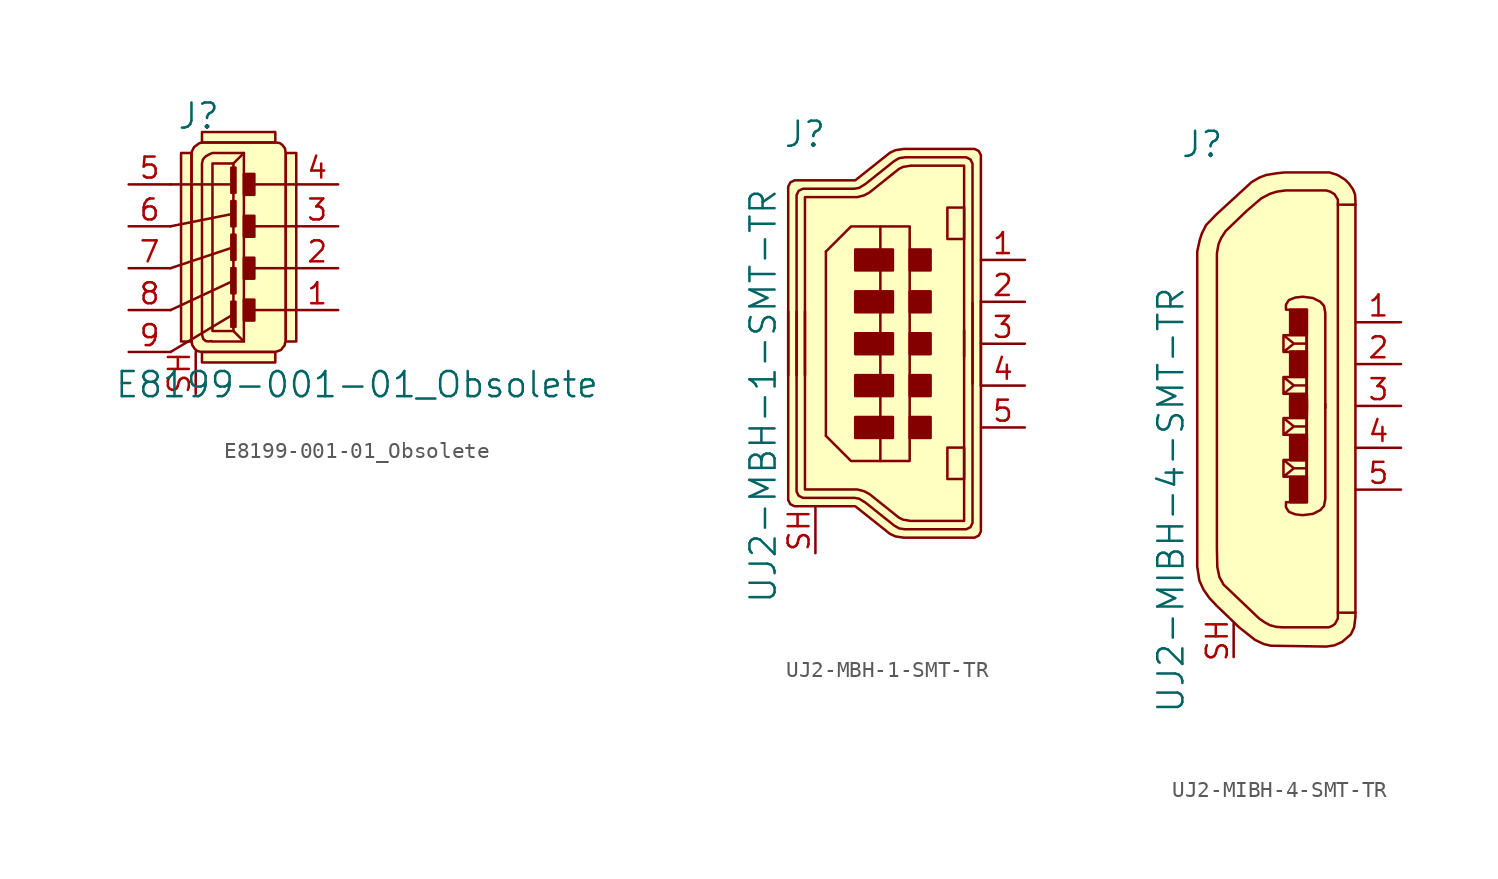
<source format=kicad_sym>
(kicad_symbol_lib
  (version 20220914)
  (generator kicad_symbol_editor)
  (symbol "E8199-001-01_Obsolete"
    (pin_names
      (offset 1.016))
    (property "Reference" "J"
      (at -0.838 9.22 0)
      (effects (font (size 1.524 1.524))))
    (property "Value" "E8199-001-01_Obsolete"
      (at 8.763 -7.061 0)
      (effects (font (size 1.524 1.524))))
    (symbol "E8199-001-01_Obsolete_0_1"
      (rectangle (start -1.27 -4.445) (end -1.905 6.985) (stroke (width 0) (type solid)) (fill (type background)))
      (polyline (pts (xy -2.54 -5.08) (xy 1.27 -2.794)) (stroke (width 0) (type solid)) (fill (type none)))
      (polyline (pts (xy -2.54 -2.54) (xy 1.27 -0.762)) (stroke (width 0) (type solid)) (fill (type none)))
      (polyline (pts (xy -2.54 0) (xy 1.27 1.27)) (stroke (width 0) (type solid)) (fill (type none)))
      (polyline (pts (xy -2.54 2.54) (xy 1.27 3.302)) (stroke (width 0) (type solid)) (fill (type none)))
      (polyline (pts (xy -2.54 5.08) (xy 1.27 5.08)) (stroke (width 0) (type solid)) (fill (type none)))
      (polyline (pts (xy 1.27 -3.81) (xy 1.905 -4.445)) (stroke (width 0) (type solid)) (fill (type none)))
      (polyline (pts (xy 1.27 6.35) (xy 1.905 6.985)) (stroke (width 0) (type solid)) (fill (type none)))
      (polyline (pts (xy 5.08 -2.54) (xy 2.54 -2.54)) (stroke (width 0) (type solid)) (fill (type none)))
      (polyline (pts (xy 5.08 0) (xy 2.54 0)) (stroke (width 0) (type solid)) (fill (type none)))
      (polyline (pts (xy 5.08 2.54) (xy 2.54 2.54)) (stroke (width 0) (type solid)) (fill (type none)))
      (polyline (pts (xy 5.08 5.08) (xy 2.54 5.08)) (stroke (width 0) (type solid)) (fill (type none)))
      (polyline (pts (xy -0.635 6.35) (xy -0.635 -3.81) (xy -0.635 -3.988) (xy -0.61 -4.115) (xy -0.559 -4.293) (xy -0.406 -4.42) (xy -0.229 -4.445) (xy -0.127 -4.42) (xy -0.076 -4.445) (xy -0.051 -4.42) (xy 0 -4.445) (xy 1.905 -4.445) (xy 1.905 6.985) (xy 0 6.985) (xy -0.178 6.909) (xy -0.406 6.782) (xy -0.508 6.68) (xy -0.584 6.579) (xy -0.635 6.35)) (stroke (width 0) (type solid)) (fill (type none)))
      (polyline (pts (xy -0.635 -5.08) (xy 3.81 -5.08) (xy 3.962 -5.029) (xy 4.166 -4.953) (xy 4.267 -4.801) (xy 4.369 -4.699) (xy 4.394 -4.547) (xy 4.445 -4.445) (xy 4.445 6.985) (xy 4.42 7.087) (xy 4.42 7.112) (xy 4.394 7.264) (xy 4.242 7.468) (xy 4.064 7.595) (xy 3.81 7.62) (xy -0.635 7.62) (xy -0.813 7.569) (xy -1.118 7.341) (xy -1.219 7.137) (xy -1.27 6.985) (xy -1.27 -4.445) (xy -1.219 -4.674) (xy -1.067 -4.902) (xy -0.914 -5.029) (xy -0.635 -5.08)) (stroke (width 0) (type solid)) (fill (type background)))
      (rectangle (start 1.27 6.35) (end 0 -3.81) (stroke (width 0) (type solid)) (fill (type none)))
      (rectangle (start 1.397 -3.556) (end 1.143 -2.032) (stroke (width 0) (type solid)) (fill (type outline)))
      (rectangle (start 1.397 -1.524) (end 1.143 0) (stroke (width 0) (type solid)) (fill (type outline)))
      (rectangle (start 1.397 0.508) (end 1.143 2.032) (stroke (width 0) (type solid)) (fill (type outline)))
      (rectangle (start 1.397 2.54) (end 1.143 4.064) (stroke (width 0) (type solid)) (fill (type outline)))
      (rectangle (start 1.397 4.572) (end 1.143 6.096) (stroke (width 0) (type solid)) (fill (type outline)))
      (rectangle (start 2.54 -1.905) (end 1.905 -3.175) (stroke (width 0) (type solid)) (fill (type outline)))
      (rectangle (start 2.54 0.635) (end 1.905 -0.635) (stroke (width 0) (type solid)) (fill (type outline)))
      (rectangle (start 2.54 3.175) (end 1.905 1.905) (stroke (width 0) (type solid)) (fill (type outline)))
      (rectangle (start 2.54 4.445) (end 1.905 5.715) (stroke (width 0) (type solid)) (fill (type outline)))
      (rectangle (start 3.81 -5.08) (end -0.635 -5.715) (stroke (width 0) (type solid)) (fill (type background)))
      (rectangle (start 3.81 7.62) (end -0.635 8.255) (stroke (width 0) (type solid)) (fill (type background)))
      (rectangle (start 4.445 6.985) (end 5.08 -4.445) (stroke (width 0) (type solid)) (fill (type background))))
    (symbol "E8199-001-01_Obsolete_1_1"
      (pin passive line (at 7.62 -2.54 180) (length 2.54) (name "~" (effects (font (size 1.27 1.27)))) (number "1" (effects (font (size 1.27 1.27)))))
      (pin passive line (at 7.62 0 180) (length 2.54) (name "~" (effects (font (size 1.27 1.27)))) (number "2" (effects (font (size 1.27 1.27)))))
      (pin passive line (at 7.62 2.54 180) (length 2.54) (name "~" (effects (font (size 1.27 1.27)))) (number "3" (effects (font (size 1.27 1.27)))))
      (pin passive line (at 7.62 5.08 180) (length 2.54) (name "~" (effects (font (size 1.27 1.27)))) (number "4" (effects (font (size 1.27 1.27)))))
      (pin passive line (at -5.08 5.08 0) (length 2.54) (name "~" (effects (font (size 1.27 1.27)))) (number "5" (effects (font (size 1.27 1.27)))))
      (pin passive line (at -5.08 2.54 0) (length 2.54) (name "~" (effects (font (size 1.27 1.27)))) (number "6" (effects (font (size 1.27 1.27)))))
      (pin passive line (at -5.08 0 0) (length 2.54) (name "~" (effects (font (size 1.27 1.27)))) (number "7" (effects (font (size 1.27 1.27)))))
      (pin passive line (at -5.08 -2.54 0) (length 2.54) (name "~" (effects (font (size 1.27 1.27)))) (number "8" (effects (font (size 1.27 1.27)))))
      (pin passive line (at -5.08 -5.08 0) (length 2.54) (name "~" (effects (font (size 1.27 1.27)))) (number "9" (effects (font (size 1.27 1.27)))))
      (pin passive line (at -1.016 -7.62 90) (length 2.54) (name "~" (effects (font (size 1.27 1.27)))) (number "SH" (effects (font (size 1.27 1.27)))))))
  (symbol "UJ2-MBH-1-SMT-TR"
    (pin_names
      (offset 1.016))
    (property "Reference" "J"
      (at -5.715 12.7 0)
      (effects (font (size 1.524 1.524))))
    (property "Value" "UJ2-MBH-1-SMT-TR"
      (at -8.255 -3.175 90)
      (effects (font (size 1.524 1.524))))
    (symbol "UJ2-MBH-1-SMT-TR_0_1"
      (rectangle (start -0.381 -5.715) (end -2.667 -4.445) (stroke (width 0) (type solid)) (fill (type outline)))
      (rectangle (start -0.381 -3.175) (end -2.667 -1.905) (stroke (width 0) (type solid)) (fill (type outline)))
      (rectangle (start -0.381 -0.635) (end -2.667 0.635) (stroke (width 0) (type solid)) (fill (type outline)))
      (rectangle (start -0.381 1.905) (end -2.667 3.175) (stroke (width 0) (type solid)) (fill (type outline)))
      (rectangle (start -0.381 4.445) (end -2.667 5.715) (stroke (width 0) (type solid)) (fill (type outline)))
      (polyline (pts (xy -4.445 5.588) (xy -4.445 -5.588)) (stroke (width 0) (type solid)) (fill (type none)))
      (polyline (pts (xy -4.445 -5.588) (xy -2.921 -7.112) (xy -1.143 -7.112)) (stroke (width 0) (type solid)) (fill (type none)))
      (polyline (pts (xy -4.445 5.588) (xy -2.921 7.112) (xy -1.143 7.112)) (stroke (width 0) (type solid)) (fill (type none)))
      (polyline (pts (xy 3.937 -0.762) (xy 3.937 10.795) (xy 0.686 10.795) (xy 0.229 10.719) (xy -0.025 10.592) (xy -1.803 9.169) (xy -2.134 8.992) (xy -2.54 8.89) (xy -5.715 8.89) (xy -5.715 -1.905)) (stroke (width 0) (type solid)) (fill (type none)))
      (polyline (pts (xy 3.937 0.813) (xy 3.937 -10.744) (xy 0.686 -10.744) (xy 0.229 -10.668) (xy -0.025 -10.541) (xy -1.803 -9.119) (xy -2.134 -8.941) (xy -2.54 -8.839) (xy -5.715 -8.839) (xy -5.715 1.956)) (stroke (width 0) (type solid)) (fill (type none)))
      (polyline (pts (xy 4.953 -2.54) (xy 4.953 11.176) (xy 4.953 11.43) (xy 4.826 11.684) (xy 4.572 11.811) (xy 4.318 11.811) (xy 0.279 11.811) (xy -0.229 11.735) (xy -0.559 11.582) (xy -2.667 9.906) (xy -6.096 9.906) (xy -6.35 9.906) (xy -6.604 9.779) (xy -6.731 9.525) (xy -6.731 9.271) (xy -6.731 -1.905)) (stroke (width 0) (type solid)) (fill (type background)))
      (polyline (pts (xy 4.953 2.591) (xy 4.953 -11.125) (xy 4.953 -11.379) (xy 4.826 -11.633) (xy 4.572 -11.76) (xy 4.318 -11.76) (xy 0.279 -11.76) (xy -0.229 -11.684) (xy -0.559 -11.532) (xy -2.667 -9.855) (xy -6.096 -9.855) (xy -6.35 -9.855) (xy -6.604 -9.728) (xy -6.731 -9.474) (xy -6.731 -9.22) (xy -6.731 1.956)) (stroke (width 0) (type solid)) (fill (type background)))
      (polyline (pts (xy 4.445 -2.413) (xy 4.445 10.668) (xy 4.445 10.922) (xy 4.318 11.176) (xy 4.064 11.303) (xy 3.81 11.303) (xy 0.356 11.303) (xy 0 11.252) (xy -0.305 11.074) (xy -2.057 9.677) (xy -2.438 9.449) (xy -2.718 9.398) (xy -5.588 9.398) (xy -5.842 9.398) (xy -6.096 9.271) (xy -6.223 9.017) (xy -6.223 8.763) (xy -6.223 -1.905)) (stroke (width 0) (type solid)) (fill (type none)))
      (polyline (pts (xy 4.445 2.464) (xy 4.445 -10.617) (xy 4.445 -10.871) (xy 4.318 -11.125) (xy 4.064 -11.252) (xy 3.81 -11.252) (xy 0.356 -11.252) (xy 0 -11.201) (xy -0.305 -11.024) (xy -2.057 -9.627) (xy -2.438 -9.398) (xy -2.718 -9.347) (xy -5.588 -9.347) (xy -5.842 -9.347) (xy -6.096 -9.22) (xy -6.223 -8.966) (xy -6.223 -8.712) (xy -6.223 1.956)) (stroke (width 0) (type solid)) (fill (type none)))
      (rectangle (start 0.635 -7.112) (end -1.143 7.112) (stroke (width 0) (type solid)) (fill (type none)))
      (rectangle (start 1.905 -4.445) (end 0.635 -5.715) (stroke (width 0) (type solid)) (fill (type outline)))
      (rectangle (start 1.905 -1.905) (end 0.635 -3.175) (stroke (width 0) (type solid)) (fill (type outline)))
      (rectangle (start 1.905 0.635) (end 0.635 -0.635) (stroke (width 0) (type solid)) (fill (type outline)))
      (rectangle (start 1.905 3.175) (end 0.635 1.905) (stroke (width 0) (type solid)) (fill (type outline)))
      (rectangle (start 1.905 5.715) (end 0.635 4.445) (stroke (width 0) (type solid)) (fill (type outline)))
      (rectangle (start 2.921 -8.204) (end 3.937 -6.299) (stroke (width 0) (type solid)) (fill (type none)))
      (rectangle (start 2.921 8.255) (end 3.937 6.35) (stroke (width 0) (type solid)) (fill (type none))))
    (symbol "UJ2-MBH-1-SMT-TR_1_1"
      (pin passive line (at 7.62 5.08 180) (length 2.667) (name "~" (effects (font (size 1.27 1.27)))) (number "1" (effects (font (size 1.27 1.27)))))
      (pin passive line (at 7.62 2.54 180) (length 2.667) (name "~" (effects (font (size 1.27 1.27)))) (number "2" (effects (font (size 1.27 1.27)))))
      (pin passive line (at 7.62 0 180) (length 2.667) (name "~" (effects (font (size 1.27 1.27)))) (number "3" (effects (font (size 1.27 1.27)))))
      (pin passive line (at 7.62 -2.54 180) (length 2.667) (name "~" (effects (font (size 1.27 1.27)))) (number "4" (effects (font (size 1.27 1.27)))))
      (pin passive line (at 7.62 -5.08 180) (length 2.667) (name "~" (effects (font (size 1.27 1.27)))) (number "5" (effects (font (size 1.27 1.27)))))
      (pin passive line (at -5.08 -12.7 90) (length 2.794) (name "~" (effects (font (size 1.27 1.27)))) (number "SH" (effects (font (size 1.27 1.27)))))))
  (symbol "UJ2-MIBH-4-SMT-TR"
    (pin_names
      (offset 1.016))
    (property "Reference" "J"
      (at -4.445 15.875 0)
      (effects (font (size 1.524 1.524))))
    (property "Value" "UJ2-MIBH-4-SMT-TR"
      (at -6.35 -5.715 90)
      (effects (font (size 1.524 1.524))))
    (symbol "UJ2-MIBH-4-SMT-TR_0_1"
      (polyline (pts (xy 3.785 12.243) (xy 3.785 -12.548)) (stroke (width 0) (type solid)) (fill (type none)))
      (polyline (pts (xy 0.483 -4.293) (xy 0.483 -3.277) (xy 1.88 -3.277) (xy 1.88 -4.293) (xy 0.483 -4.293) (xy 1.118 -3.785) (xy 0.483 -3.277) (xy 1.88 -3.277) (xy 1.88 -3.785) (xy 1.118 -3.785)) (stroke (width 0) (type solid)) (fill (type none)))
      (polyline (pts (xy 0.483 -1.753) (xy 0.483 -0.737) (xy 1.88 -0.737) (xy 1.88 -1.753) (xy 0.483 -1.753) (xy 1.118 -1.245) (xy 0.483 -0.737) (xy 1.88 -0.737) (xy 1.88 -1.245) (xy 1.118 -1.245)) (stroke (width 0) (type solid)) (fill (type none)))
      (polyline (pts (xy 0.483 1.753) (xy 0.483 0.737) (xy 1.88 0.737) (xy 1.88 1.753) (xy 0.483 1.753) (xy 1.118 1.245) (xy 0.483 0.737) (xy 1.88 0.737) (xy 1.88 1.245) (xy 1.118 1.245)) (stroke (width 0) (type solid)) (fill (type none)))
      (polyline (pts (xy 0.483 4.293) (xy 0.483 3.277) (xy 1.88 3.277) (xy 1.88 4.293) (xy 0.483 4.293) (xy 1.118 3.785) (xy 0.483 3.277) (xy 1.88 3.277) (xy 1.88 3.785) (xy 1.118 3.785)) (stroke (width 0) (type solid)) (fill (type none)))
      (polyline (pts (xy 1.905 -0.025) (xy 1.905 5.842) (xy 0.635 5.842) (xy 0.635 6.147) (xy 0.813 6.426) (xy 1.194 6.579) (xy 1.651 6.629) (xy 2.261 6.553) (xy 2.718 6.325) (xy 2.946 6.071) (xy 3.023 5.639) (xy 3.023 4.801) (xy 3.023 -0.127)) (stroke (width 0) (type solid)) (fill (type none)))
      (polyline (pts (xy 1.905 0.025) (xy 1.905 -5.842) (xy 0.635 -5.842) (xy 0.635 -6.147) (xy 0.813 -6.426) (xy 1.194 -6.579) (xy 1.651 -6.629) (xy 2.261 -6.553) (xy 2.718 -6.325) (xy 2.946 -6.071) (xy 3.023 -5.639) (xy 3.023 -4.801) (xy 3.023 0.127)) (stroke (width 0) (type solid)) (fill (type none)))
      (polyline (pts (xy 4.851 -12.548) (xy 3.835 -12.548) (xy 3.785 -12.548) (xy 3.785 -12.903) (xy 3.607 -13.233) (xy 3.429 -13.36) (xy 3.226 -13.437) (xy 0.457 -13.437) (xy 0.051 -13.411) (xy -0.33 -13.31) (xy -0.66 -13.132) (xy -0.991 -12.903) (xy -3.15 -10.846) (xy -3.404 -10.389) (xy -3.531 -9.779) (xy -3.556 -8.636) (xy -3.556 9.22) (xy -3.531 9.423) (xy -3.454 9.83) (xy -3.302 10.185) (xy -3.023 10.617) (xy -1.753 11.836) (xy -0.864 12.598) (xy -0.33 12.878) (xy 0.076 13.005) (xy 0.61 13.081) (xy 3.073 13.081) (xy 3.327 13.005) (xy 3.581 12.852) (xy 3.785 12.522) (xy 3.785 12.217) (xy 4.851 12.217)) (stroke (width 0) (type solid)) (fill (type none)))
      (polyline (pts (xy 4.851 -11.481) (xy 4.851 -12.802) (xy 4.775 -13.437) (xy 4.572 -13.868) (xy 4.039 -14.326) (xy 3.581 -14.529) (xy 3.099 -14.605) (xy -0.279 -14.554) (xy -0.711 -14.453) (xy -1.245 -14.199) (xy -2.21 -13.437) (xy -3.556 -12.141) (xy -4.013 -11.659) (xy -4.369 -11.151) (xy -4.623 -10.592) (xy -4.75 -9.754) (xy -4.75 9.373) (xy -4.597 10.084) (xy -4.47 10.465) (xy -4.216 10.973) (xy -3.607 11.608) (xy -1.448 13.589) (xy -0.965 13.868) (xy -0.559 14.021) (xy 0.076 14.122) (xy 0.559 14.173) (xy 3.277 14.173) (xy 3.759 14.021) (xy 4.216 13.741) (xy 4.445 13.513) (xy 4.699 13.157) (xy 4.826 12.852) (xy 4.851 12.446) (xy 4.851 -11.506)) (stroke (width 0) (type solid)) (fill (type background)))
      (rectangle (start 0.889 -4.318) (end 1.905 -5.842) (stroke (width 0) (type solid)) (fill (type outline)))
      (rectangle (start 0.889 -3.302) (end 1.905 -1.778) (stroke (width 0) (type solid)) (fill (type outline)))
      (rectangle (start 0.889 -0.635) (end 1.905 0.381) (stroke (width 0) (type solid)) (fill (type outline)))
      (rectangle (start 0.889 0.635) (end 1.905 -0.381) (stroke (width 0) (type solid)) (fill (type outline)))
      (rectangle (start 0.889 3.302) (end 1.905 1.778) (stroke (width 0) (type solid)) (fill (type outline)))
      (rectangle (start 0.889 4.318) (end 1.905 5.842) (stroke (width 0) (type solid)) (fill (type outline))))
    (symbol "UJ2-MIBH-4-SMT-TR_1_1"
      (pin passive line (at 7.62 5.08 180) (length 2.743) (name "~" (effects (font (size 1.27 1.27)))) (number "1" (effects (font (size 1.27 1.27)))))
      (pin passive line (at 7.62 2.54 180) (length 2.743) (name "~" (effects (font (size 1.27 1.27)))) (number "2" (effects (font (size 1.27 1.27)))))
      (pin passive line (at 7.62 0 180) (length 2.743) (name "~" (effects (font (size 1.27 1.27)))) (number "3" (effects (font (size 1.27 1.27)))))
      (pin passive line (at 7.62 -2.54 180) (length 2.743) (name "~" (effects (font (size 1.27 1.27)))) (number "4" (effects (font (size 1.27 1.27)))))
      (pin passive line (at 7.62 -5.08 180) (length 2.743) (name "~" (effects (font (size 1.27 1.27)))) (number "5" (effects (font (size 1.27 1.27)))))
      (pin passive line (at -2.54 -15.24 90) (length 2.032) (name "~" (effects (font (size 1.27 1.27)))) (number "SH" (effects (font (size 1.27 1.27))))))))
</source>
